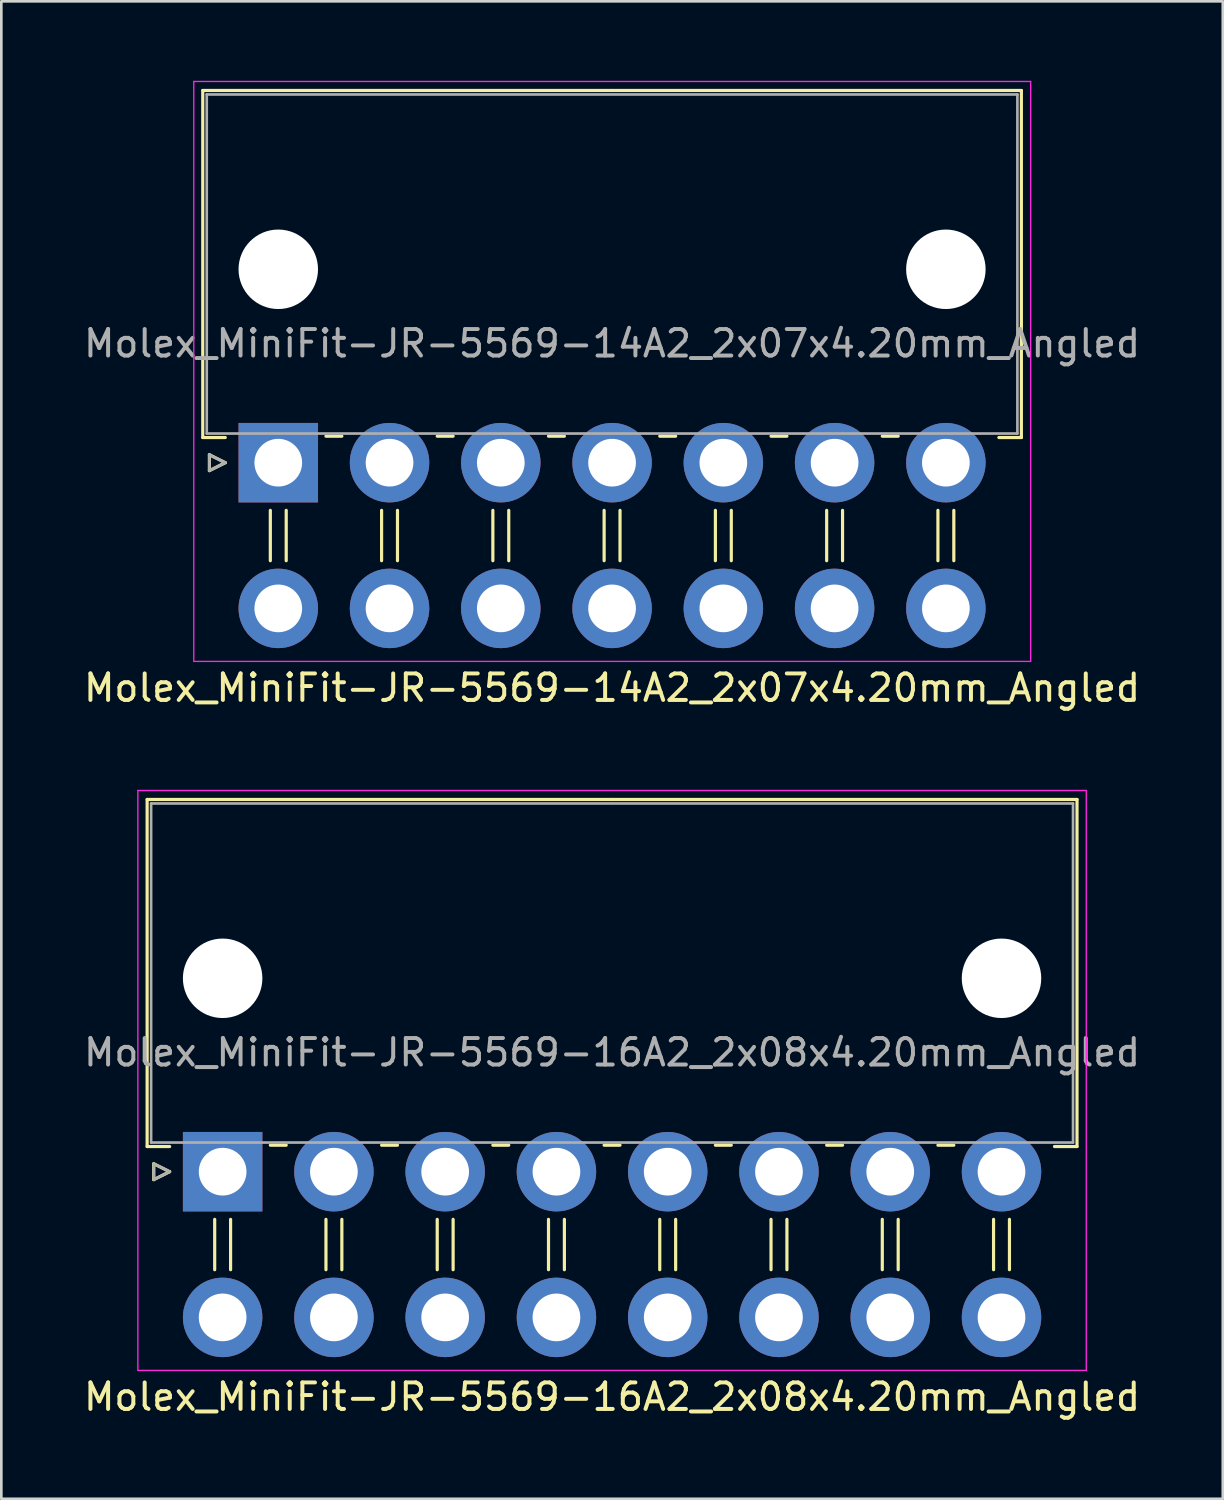
<source format=kicad_pcb>
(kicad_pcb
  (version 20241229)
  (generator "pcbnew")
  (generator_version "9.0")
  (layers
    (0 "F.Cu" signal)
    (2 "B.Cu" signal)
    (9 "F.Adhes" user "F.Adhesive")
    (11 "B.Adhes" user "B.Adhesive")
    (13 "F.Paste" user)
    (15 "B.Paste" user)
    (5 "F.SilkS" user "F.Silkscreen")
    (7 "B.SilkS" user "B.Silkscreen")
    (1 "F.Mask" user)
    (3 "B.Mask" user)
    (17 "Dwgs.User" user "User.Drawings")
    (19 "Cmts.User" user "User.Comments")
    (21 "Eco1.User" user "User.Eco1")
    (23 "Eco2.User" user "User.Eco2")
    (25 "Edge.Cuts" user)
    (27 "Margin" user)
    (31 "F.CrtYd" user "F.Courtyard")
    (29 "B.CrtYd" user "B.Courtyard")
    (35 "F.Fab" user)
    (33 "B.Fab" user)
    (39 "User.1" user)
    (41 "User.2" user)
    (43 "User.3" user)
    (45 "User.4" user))
  (footprint "Molex_MiniFit-JR-5569-16A2_2x08x4.20mm_Angled"
    (layer "F.Cu")
    (at 5.354 41.178)
    (property "Reference" "Molex_MiniFit-JR-5569-16A2_2x08x4.20mm_Angled" (at 14.7 8.5 0) (layer "F.SilkS") (effects (font (size 1 1) (thickness 0.15))))
    (attr through_hole)
    (fp_line (start -2.85 -14.05) (end 14.7 -14.05) (stroke (width 0.12) (type solid)) (layer "F.SilkS"))
    (fp_line (start -2.85 -0.95) (end -2.85 -14.05) (stroke (width 0.12) (type solid)) (layer "F.SilkS"))
    (fp_line (start -2.6 -0.3) (end -2 0) (stroke (width 0.12) (type solid)) (layer "F.SilkS"))
    (fp_line (start -2.6 0.3) (end -2.6 -0.3) (stroke (width 0.12) (type solid)) (layer "F.SilkS"))
    (fp_line (start -2 -0.95) (end -2.85 -0.95) (stroke (width 0.12) (type solid)) (layer "F.SilkS"))
    (fp_line (start -2 0) (end -2.6 0.3) (stroke (width 0.12) (type solid)) (layer "F.SilkS"))
    (fp_line (start -0.3 1.8) (end -0.3 3.7) (stroke (width 0.12) (type solid)) (layer "F.SilkS"))
    (fp_line (start 0.3 1.8) (end 0.3 3.7) (stroke (width 0.12) (type solid)) (layer "F.SilkS"))
    (fp_line (start 1.8 -1) (end 2.4 -1) (stroke (width 0.12) (type solid)) (layer "F.SilkS"))
    (fp_line (start 3.9 1.8) (end 3.9 3.7) (stroke (width 0.12) (type solid)) (layer "F.SilkS"))
    (fp_line (start 4.5 1.8) (end 4.5 3.7) (stroke (width 0.12) (type solid)) (layer "F.SilkS"))
    (fp_line (start 6 -1) (end 6.6 -1) (stroke (width 0.12) (type solid)) (layer "F.SilkS"))
    (fp_line (start 8.1 1.8) (end 8.1 3.7) (stroke (width 0.12) (type solid)) (layer "F.SilkS"))
    (fp_line (start 8.7 1.8) (end 8.7 3.7) (stroke (width 0.12) (type solid)) (layer "F.SilkS"))
    (fp_line (start 10.2 -1) (end 10.8 -1) (stroke (width 0.12) (type solid)) (layer "F.SilkS"))
    (fp_line (start 12.3 1.8) (end 12.3 3.7) (stroke (width 0.12) (type solid)) (layer "F.SilkS"))
    (fp_line (start 12.9 1.8) (end 12.9 3.7) (stroke (width 0.12) (type solid)) (layer "F.SilkS"))
    (fp_line (start 14.4 -1) (end 15 -1) (stroke (width 0.12) (type solid)) (layer "F.SilkS"))
    (fp_line (start 16.5 1.8) (end 16.5 3.7) (stroke (width 0.12) (type solid)) (layer "F.SilkS"))
    (fp_line (start 17.1 1.8) (end 17.1 3.7) (stroke (width 0.12) (type solid)) (layer "F.SilkS"))
    (fp_line (start 18.6 -1) (end 19.2 -1) (stroke (width 0.12) (type solid)) (layer "F.SilkS"))
    (fp_line (start 20.7 1.8) (end 20.7 3.7) (stroke (width 0.12) (type solid)) (layer "F.SilkS"))
    (fp_line (start 21.3 1.8) (end 21.3 3.7) (stroke (width 0.12) (type solid)) (layer "F.SilkS"))
    (fp_line (start 22.8 -1) (end 23.4 -1) (stroke (width 0.12) (type solid)) (layer "F.SilkS"))
    (fp_line (start 24.9 1.8) (end 24.9 3.7) (stroke (width 0.12) (type solid)) (layer "F.SilkS"))
    (fp_line (start 25.5 1.8) (end 25.5 3.7) (stroke (width 0.12) (type solid)) (layer "F.SilkS"))
    (fp_line (start 27 -1) (end 27.6 -1) (stroke (width 0.12) (type solid)) (layer "F.SilkS"))
    (fp_line (start 29.1 1.8) (end 29.1 3.7) (stroke (width 0.12) (type solid)) (layer "F.SilkS"))
    (fp_line (start 29.7 1.8) (end 29.7 3.7) (stroke (width 0.12) (type solid)) (layer "F.SilkS"))
    (fp_line (start 31.4 -0.95) (end 32.25 -0.95) (stroke (width 0.12) (type solid)) (layer "F.SilkS"))
    (fp_line (start 32.25 -14.05) (end 14.7 -14.05) (stroke (width 0.12) (type solid)) (layer "F.SilkS"))
    (fp_line (start 32.25 -0.95) (end 32.25 -14.05) (stroke (width 0.12) (type solid)) (layer "F.SilkS"))
    (fp_line (start -3.2 -14.39) (end -3.2 7.5) (stroke (width 0.05) (type solid)) (layer "F.CrtYd"))
    (fp_line (start -3.2 7.5) (end 32.6 7.5) (stroke (width 0.05) (type solid)) (layer "F.CrtYd"))
    (fp_line (start 32.6 -14.39) (end -3.2 -14.39) (stroke (width 0.05) (type solid)) (layer "F.CrtYd"))
    (fp_line (start 32.6 7.5) (end 32.6 -14.39) (stroke (width 0.05) (type solid)) (layer "F.CrtYd"))
    (fp_line (start -2.7 -13.9) (end -2.7 -1.1) (stroke (width 0.1) (type solid)) (layer "F.Fab"))
    (fp_line (start -2.7 -1.1) (end 32.1 -1.1) (stroke (width 0.1) (type solid)) (layer "F.Fab"))
    (fp_line (start -2.6 -0.3) (end -2 0) (stroke (width 0.1) (type solid)) (layer "F.Fab"))
    (fp_line (start -2.6 0.3) (end -2.6 -0.3) (stroke (width 0.1) (type solid)) (layer "F.Fab"))
    (fp_line (start -2 0) (end -2.6 0.3) (stroke (width 0.1) (type solid)) (layer "F.Fab"))
    (fp_line (start 32.1 -13.9) (end -2.7 -13.9) (stroke (width 0.1) (type solid)) (layer "F.Fab"))
    (fp_line (start 32.1 -1.1) (end 32.1 -13.9) (stroke (width 0.1) (type solid)) (layer "F.Fab"))
    (fp_text user "${REFERENCE}" (at 14.7 -4.5 0) (layer "F.Fab") (effects (font (size 1 1) (thickness 0.15))))
    (pad "" np_thru_hole circle (at 0 -7.3) (size 3 3) (drill 3) (layers "*.Cu" "*.Mask"))
    (pad "" np_thru_hole circle (at 29.4 -7.3) (size 3 3) (drill 3) (layers "*.Cu" "*.Mask"))
    (pad "1" thru_hole rect (at 0 0) (size 3 3) (drill 1.8) (layers "*.Cu" "*.Mask"))
    (pad "2" thru_hole circle (at 4.2 0) (size 3 3) (drill 1.8) (layers "*.Cu" "*.Mask"))
    (pad "3" thru_hole circle (at 8.4 0) (size 3 3) (drill 1.8) (layers "*.Cu" "*.Mask"))
    (pad "4" thru_hole circle (at 12.6 0) (size 3 3) (drill 1.8) (layers "*.Cu" "*.Mask"))
    (pad "5" thru_hole circle (at 16.8 0) (size 3 3) (drill 1.8) (layers "*.Cu" "*.Mask"))
    (pad "6" thru_hole circle (at 21 0) (size 3 3) (drill 1.8) (layers "*.Cu" "*.Mask"))
    (pad "7" thru_hole circle (at 25.2 0) (size 3 3) (drill 1.8) (layers "*.Cu" "*.Mask"))
    (pad "8" thru_hole circle (at 29.4 0) (size 3 3) (drill 1.8) (layers "*.Cu" "*.Mask"))
    (pad "9" thru_hole circle (at 0 5.5) (size 3 3) (drill 1.8) (layers "*.Cu" "*.Mask"))
    (pad "10" thru_hole circle (at 4.2 5.5) (size 3 3) (drill 1.8) (layers "*.Cu" "*.Mask"))
    (pad "11" thru_hole circle (at 8.4 5.5) (size 3 3) (drill 1.8) (layers "*.Cu" "*.Mask"))
    (pad "12" thru_hole circle (at 12.6 5.5) (size 3 3) (drill 1.8) (layers "*.Cu" "*.Mask"))
    (pad "13" thru_hole circle (at 16.8 5.5) (size 3 3) (drill 1.8) (layers "*.Cu" "*.Mask"))
    (pad "14" thru_hole circle (at 21 5.5) (size 3 3) (drill 1.8) (layers "*.Cu" "*.Mask"))
    (pad "15" thru_hole circle (at 25.2 5.5) (size 3 3) (drill 1.8) (layers "*.Cu" "*.Mask"))
    (pad "16" thru_hole circle (at 29.4 5.5) (size 3 3) (drill 1.8) (layers "*.Cu" "*.Mask")))
  (footprint "Molex_MiniFit-JR-5569-14A2_2x07x4.20mm_Angled"
    (layer "F.Cu")
    (at 7.454 14.415)
    (property "Reference" "Molex_MiniFit-JR-5569-14A2_2x07x4.20mm_Angled" (at 12.6 8.5 0) (layer "F.SilkS") (effects (font (size 1 1) (thickness 0.15))))
    (attr through_hole)
    (fp_line (start -2.85 -14.05) (end 12.6 -14.05) (stroke (width 0.12) (type solid)) (layer "F.SilkS"))
    (fp_line (start -2.85 -0.95) (end -2.85 -14.05) (stroke (width 0.12) (type solid)) (layer "F.SilkS"))
    (fp_line (start -2.6 -0.3) (end -2 0) (stroke (width 0.12) (type solid)) (layer "F.SilkS"))
    (fp_line (start -2.6 0.3) (end -2.6 -0.3) (stroke (width 0.12) (type solid)) (layer "F.SilkS"))
    (fp_line (start -2 -0.95) (end -2.85 -0.95) (stroke (width 0.12) (type solid)) (layer "F.SilkS"))
    (fp_line (start -2 0) (end -2.6 0.3) (stroke (width 0.12) (type solid)) (layer "F.SilkS"))
    (fp_line (start -0.3 1.8) (end -0.3 3.7) (stroke (width 0.12) (type solid)) (layer "F.SilkS"))
    (fp_line (start 0.3 1.8) (end 0.3 3.7) (stroke (width 0.12) (type solid)) (layer "F.SilkS"))
    (fp_line (start 1.8 -1) (end 2.4 -1) (stroke (width 0.12) (type solid)) (layer "F.SilkS"))
    (fp_line (start 3.9 1.8) (end 3.9 3.7) (stroke (width 0.12) (type solid)) (layer "F.SilkS"))
    (fp_line (start 4.5 1.8) (end 4.5 3.7) (stroke (width 0.12) (type solid)) (layer "F.SilkS"))
    (fp_line (start 6 -1) (end 6.6 -1) (stroke (width 0.12) (type solid)) (layer "F.SilkS"))
    (fp_line (start 8.1 1.8) (end 8.1 3.7) (stroke (width 0.12) (type solid)) (layer "F.SilkS"))
    (fp_line (start 8.7 1.8) (end 8.7 3.7) (stroke (width 0.12) (type solid)) (layer "F.SilkS"))
    (fp_line (start 10.2 -1) (end 10.8 -1) (stroke (width 0.12) (type solid)) (layer "F.SilkS"))
    (fp_line (start 12.3 1.8) (end 12.3 3.7) (stroke (width 0.12) (type solid)) (layer "F.SilkS"))
    (fp_line (start 12.9 1.8) (end 12.9 3.7) (stroke (width 0.12) (type solid)) (layer "F.SilkS"))
    (fp_line (start 14.4 -1) (end 15 -1) (stroke (width 0.12) (type solid)) (layer "F.SilkS"))
    (fp_line (start 16.5 1.8) (end 16.5 3.7) (stroke (width 0.12) (type solid)) (layer "F.SilkS"))
    (fp_line (start 17.1 1.8) (end 17.1 3.7) (stroke (width 0.12) (type solid)) (layer "F.SilkS"))
    (fp_line (start 18.6 -1) (end 19.2 -1) (stroke (width 0.12) (type solid)) (layer "F.SilkS"))
    (fp_line (start 20.7 1.8) (end 20.7 3.7) (stroke (width 0.12) (type solid)) (layer "F.SilkS"))
    (fp_line (start 21.3 1.8) (end 21.3 3.7) (stroke (width 0.12) (type solid)) (layer "F.SilkS"))
    (fp_line (start 22.8 -1) (end 23.4 -1) (stroke (width 0.12) (type solid)) (layer "F.SilkS"))
    (fp_line (start 24.9 1.8) (end 24.9 3.7) (stroke (width 0.12) (type solid)) (layer "F.SilkS"))
    (fp_line (start 25.5 1.8) (end 25.5 3.7) (stroke (width 0.12) (type solid)) (layer "F.SilkS"))
    (fp_line (start 27.2 -0.95) (end 28.05 -0.95) (stroke (width 0.12) (type solid)) (layer "F.SilkS"))
    (fp_line (start 28.05 -14.05) (end 12.6 -14.05) (stroke (width 0.12) (type solid)) (layer "F.SilkS"))
    (fp_line (start 28.05 -0.95) (end 28.05 -14.05) (stroke (width 0.12) (type solid)) (layer "F.SilkS"))
    (fp_line (start -3.19 -14.39) (end -3.19 7.5) (stroke (width 0.05) (type solid)) (layer "F.CrtYd"))
    (fp_line (start -3.19 7.5) (end 28.4 7.5) (stroke (width 0.05) (type solid)) (layer "F.CrtYd"))
    (fp_line (start 28.4 -14.39) (end -3.19 -14.39) (stroke (width 0.05) (type solid)) (layer "F.CrtYd"))
    (fp_line (start 28.4 7.5) (end 28.4 -14.39) (stroke (width 0.05) (type solid)) (layer "F.CrtYd"))
    (fp_line (start -2.7 -13.9) (end -2.7 -1.1) (stroke (width 0.1) (type solid)) (layer "F.Fab"))
    (fp_line (start -2.7 -1.1) (end 27.9 -1.1) (stroke (width 0.1) (type solid)) (layer "F.Fab"))
    (fp_line (start -2.6 -0.3) (end -2 0) (stroke (width 0.1) (type solid)) (layer "F.Fab"))
    (fp_line (start -2.6 0.3) (end -2.6 -0.3) (stroke (width 0.1) (type solid)) (layer "F.Fab"))
    (fp_line (start -2 0) (end -2.6 0.3) (stroke (width 0.1) (type solid)) (layer "F.Fab"))
    (fp_line (start 27.9 -13.9) (end -2.7 -13.9) (stroke (width 0.1) (type solid)) (layer "F.Fab"))
    (fp_line (start 27.9 -1.1) (end 27.9 -13.9) (stroke (width 0.1) (type solid)) (layer "F.Fab"))
    (fp_text user "${REFERENCE}" (at 12.6 -4.5 0) (layer "F.Fab") (effects (font (size 1 1) (thickness 0.15))))
    (pad "" np_thru_hole circle (at 0 -7.3) (size 3 3) (drill 3) (layers "*.Cu" "*.Mask"))
    (pad "" np_thru_hole circle (at 25.2 -7.3) (size 3 3) (drill 3) (layers "*.Cu" "*.Mask"))
    (pad "1" thru_hole rect (at 0 0) (size 3 3) (drill 1.8) (layers "*.Cu" "*.Mask"))
    (pad "2" thru_hole circle (at 4.2 0) (size 3 3) (drill 1.8) (layers "*.Cu" "*.Mask"))
    (pad "3" thru_hole circle (at 8.4 0) (size 3 3) (drill 1.8) (layers "*.Cu" "*.Mask"))
    (pad "4" thru_hole circle (at 12.6 0) (size 3 3) (drill 1.8) (layers "*.Cu" "*.Mask"))
    (pad "5" thru_hole circle (at 16.8 0) (size 3 3) (drill 1.8) (layers "*.Cu" "*.Mask"))
    (pad "6" thru_hole circle (at 21 0) (size 3 3) (drill 1.8) (layers "*.Cu" "*.Mask"))
    (pad "7" thru_hole circle (at 25.2 0) (size 3 3) (drill 1.8) (layers "*.Cu" "*.Mask"))
    (pad "8" thru_hole circle (at 0 5.5) (size 3 3) (drill 1.8) (layers "*.Cu" "*.Mask"))
    (pad "9" thru_hole circle (at 4.2 5.5) (size 3 3) (drill 1.8) (layers "*.Cu" "*.Mask"))
    (pad "10" thru_hole circle (at 8.4 5.5) (size 3 3) (drill 1.8) (layers "*.Cu" "*.Mask"))
    (pad "11" thru_hole circle (at 12.6 5.5) (size 3 3) (drill 1.8) (layers "*.Cu" "*.Mask"))
    (pad "12" thru_hole circle (at 16.8 5.5) (size 3 3) (drill 1.8) (layers "*.Cu" "*.Mask"))
    (pad "13" thru_hole circle (at 21 5.5) (size 3 3) (drill 1.8) (layers "*.Cu" "*.Mask"))
    (pad "14" thru_hole circle (at 25.2 5.5) (size 3 3) (drill 1.8) (layers "*.Cu" "*.Mask")))
  (gr_rect
    (start -3 -3)
    (end 43.107 53.526)
    (stroke (width 0.1) (type default))
    (fill no)
    (layer "Edge.Cuts")))
</source>
